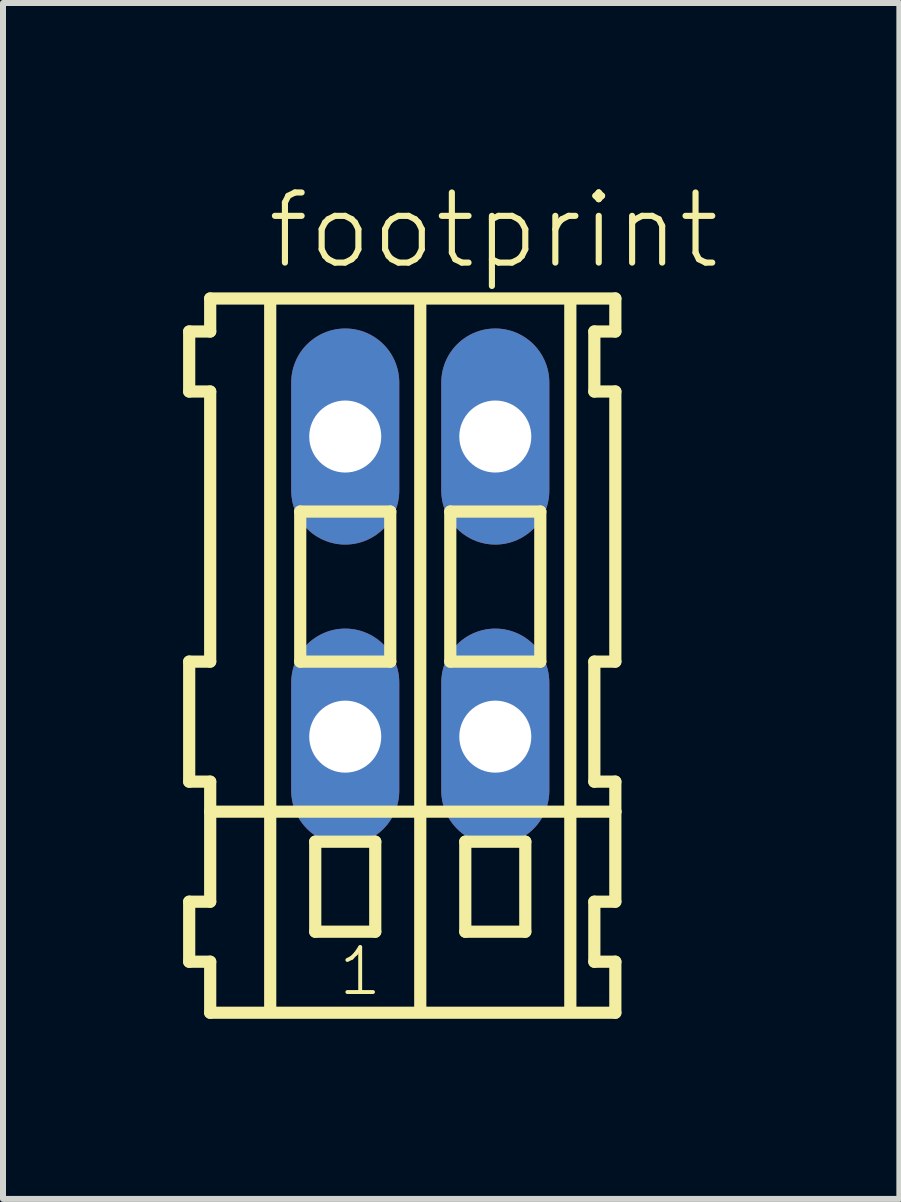
<source format=kicad_pcb>
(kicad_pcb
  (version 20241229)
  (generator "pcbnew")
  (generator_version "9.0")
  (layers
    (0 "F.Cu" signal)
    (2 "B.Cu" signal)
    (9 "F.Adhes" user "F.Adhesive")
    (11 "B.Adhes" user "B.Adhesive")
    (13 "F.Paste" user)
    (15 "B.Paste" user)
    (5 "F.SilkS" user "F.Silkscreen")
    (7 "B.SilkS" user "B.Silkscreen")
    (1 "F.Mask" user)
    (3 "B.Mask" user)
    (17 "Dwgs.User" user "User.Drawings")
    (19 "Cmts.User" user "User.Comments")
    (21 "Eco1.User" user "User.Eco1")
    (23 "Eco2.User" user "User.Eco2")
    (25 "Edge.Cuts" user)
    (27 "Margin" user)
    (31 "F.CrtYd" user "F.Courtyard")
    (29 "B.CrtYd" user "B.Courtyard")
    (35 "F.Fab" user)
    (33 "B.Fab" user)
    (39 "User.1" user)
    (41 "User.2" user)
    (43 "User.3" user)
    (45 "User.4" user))
  (footprint "footprint"
    (layer "F.Cu")
    (at 3.952 6.723)
    (property "Reference" "footprint" (at -2.6 -5.25 0) (layer "F.SilkS") (effects (font (size 1.168 1.168) (thickness 0.102)) (justify left bottom)))
    (fp_line (start -3.85 -4.25) (end -3.85 -3.25) (stroke (width 0.203) (type solid)) (layer "F.SilkS"))
    (fp_line (start -3.85 -3.25) (end -3.5 -3.25) (stroke (width 0.203) (type solid)) (layer "F.SilkS"))
    (fp_line (start -3.85 1.25) (end -3.85 3.25) (stroke (width 0.203) (type solid)) (layer "F.SilkS"))
    (fp_line (start -3.85 3.25) (end -3.5 3.25) (stroke (width 0.203) (type solid)) (layer "F.SilkS"))
    (fp_line (start -3.85 5.25) (end -3.85 6.25) (stroke (width 0.203) (type solid)) (layer "F.SilkS"))
    (fp_line (start -3.85 6.25) (end -3.5 6.25) (stroke (width 0.203) (type solid)) (layer "F.SilkS"))
    (fp_line (start -3.5 -4.8) (end -3.5 -4.25) (stroke (width 0.203) (type solid)) (layer "F.SilkS"))
    (fp_line (start -3.5 -4.25) (end -3.85 -4.25) (stroke (width 0.203) (type solid)) (layer "F.SilkS"))
    (fp_line (start -3.5 -3.25) (end -3.5 1.25) (stroke (width 0.203) (type solid)) (layer "F.SilkS"))
    (fp_line (start -3.5 1.25) (end -3.85 1.25) (stroke (width 0.203) (type solid)) (layer "F.SilkS"))
    (fp_line (start -3.5 3.25) (end -3.5 5.25) (stroke (width 0.203) (type solid)) (layer "F.SilkS"))
    (fp_line (start -3.5 3.75) (end 3.25 3.75) (stroke (width 0.203) (type solid)) (layer "F.SilkS"))
    (fp_line (start -3.5 5.25) (end -3.85 5.25) (stroke (width 0.203) (type solid)) (layer "F.SilkS"))
    (fp_line (start -3.5 6.25) (end -3.5 7.1) (stroke (width 0.203) (type solid)) (layer "F.SilkS"))
    (fp_line (start -3.5 7.1) (end 3.25 7.1) (stroke (width 0.203) (type solid)) (layer "F.SilkS"))
    (fp_line (start -2.5 -4.75) (end -2.5 7) (stroke (width 0.203) (type solid)) (layer "F.SilkS"))
    (fp_line (start -2 -1.25) (end -2 1.25) (stroke (width 0.203) (type solid)) (layer "F.SilkS"))
    (fp_line (start -2 1.25) (end -0.5 1.25) (stroke (width 0.203) (type solid)) (layer "F.SilkS"))
    (fp_line (start -1.75 4.25) (end -1.75 5.75) (stroke (width 0.203) (type solid)) (layer "F.SilkS"))
    (fp_line (start -1.75 5.75) (end -0.75 5.75) (stroke (width 0.203) (type solid)) (layer "F.SilkS"))
    (fp_line (start -0.75 4.25) (end -1.75 4.25) (stroke (width 0.203) (type solid)) (layer "F.SilkS"))
    (fp_line (start -0.75 5.75) (end -0.75 4.25) (stroke (width 0.203) (type solid)) (layer "F.SilkS"))
    (fp_line (start -0.5 -1.25) (end -2 -1.25) (stroke (width 0.203) (type solid)) (layer "F.SilkS"))
    (fp_line (start -0.5 1.25) (end -0.5 -1.25) (stroke (width 0.203) (type solid)) (layer "F.SilkS"))
    (fp_line (start 0 -4.75) (end 0 7) (stroke (width 0.203) (type solid)) (layer "F.SilkS"))
    (fp_line (start 0.5 -1.25) (end 0.5 1.25) (stroke (width 0.203) (type solid)) (layer "F.SilkS"))
    (fp_line (start 0.5 1.25) (end 2 1.25) (stroke (width 0.203) (type solid)) (layer "F.SilkS"))
    (fp_line (start 0.75 4.25) (end 0.75 5.75) (stroke (width 0.203) (type solid)) (layer "F.SilkS"))
    (fp_line (start 0.75 5.75) (end 1.75 5.75) (stroke (width 0.203) (type solid)) (layer "F.SilkS"))
    (fp_line (start 1.75 4.25) (end 0.75 4.25) (stroke (width 0.203) (type solid)) (layer "F.SilkS"))
    (fp_line (start 1.75 5.75) (end 1.75 4.25) (stroke (width 0.203) (type solid)) (layer "F.SilkS"))
    (fp_line (start 2 -1.25) (end 0.5 -1.25) (stroke (width 0.203) (type solid)) (layer "F.SilkS"))
    (fp_line (start 2 1.25) (end 2 -1.25) (stroke (width 0.203) (type solid)) (layer "F.SilkS"))
    (fp_line (start 2.5 -4.75) (end 2.5 7) (stroke (width 0.203) (type solid)) (layer "F.SilkS"))
    (fp_line (start 2.9 -4.25) (end 2.9 -3.25) (stroke (width 0.203) (type solid)) (layer "F.SilkS"))
    (fp_line (start 2.9 -3.25) (end 3.25 -3.25) (stroke (width 0.203) (type solid)) (layer "F.SilkS"))
    (fp_line (start 2.9 1.25) (end 2.9 3.25) (stroke (width 0.203) (type solid)) (layer "F.SilkS"))
    (fp_line (start 2.9 3.25) (end 3.25 3.25) (stroke (width 0.203) (type solid)) (layer "F.SilkS"))
    (fp_line (start 2.9 5.25) (end 2.9 6.25) (stroke (width 0.203) (type solid)) (layer "F.SilkS"))
    (fp_line (start 2.9 6.25) (end 3.25 6.25) (stroke (width 0.203) (type solid)) (layer "F.SilkS"))
    (fp_line (start 3.25 -4.8) (end -3.5 -4.8) (stroke (width 0.203) (type solid)) (layer "F.SilkS"))
    (fp_line (start 3.25 -4.25) (end 2.9 -4.25) (stroke (width 0.203) (type solid)) (layer "F.SilkS"))
    (fp_line (start 3.25 -4.25) (end 3.25 -4.8) (stroke (width 0.203) (type solid)) (layer "F.SilkS"))
    (fp_line (start 3.25 1.25) (end 2.9 1.25) (stroke (width 0.203) (type solid)) (layer "F.SilkS"))
    (fp_line (start 3.25 1.25) (end 3.25 -3.25) (stroke (width 0.203) (type solid)) (layer "F.SilkS"))
    (fp_line (start 3.25 3.75) (end 3.25 3.25) (stroke (width 0.203) (type solid)) (layer "F.SilkS"))
    (fp_line (start 3.25 5.25) (end 2.9 5.25) (stroke (width 0.203) (type solid)) (layer "F.SilkS"))
    (fp_line (start 3.25 5.25) (end 3.25 3.75) (stroke (width 0.203) (type solid)) (layer "F.SilkS"))
    (fp_line (start 3.25 7.1) (end 3.25 6.25) (stroke (width 0.203) (type solid)) (layer "F.SilkS"))
    (fp_text user "1" (at -1.4 6.85 0) (layer "F.SilkS") (effects (font (size 0.748 0.748) (thickness 0.065)) (justify left bottom)))
    (pad "A1" thru_hole oval (at -1.25 -2.5 90) (size 3.6 1.8) (drill 1.2) (layers "*.Cu" "*.Mask"))
    (pad "A2" thru_hole oval (at 1.25 -2.5 90) (size 3.6 1.8) (drill 1.2) (layers "*.Cu" "*.Mask"))
    (pad "B1" thru_hole oval (at -1.25 2.5 90) (size 3.6 1.8) (drill 1.2) (layers "*.Cu" "*.Mask"))
    (pad "B2" thru_hole oval (at 1.25 2.5 90) (size 3.6 1.8) (drill 1.2) (layers "*.Cu" "*.Mask")))
  (gr_rect
    (start -3 -3)
    (end 11.934 16.925)
    (stroke (width 0.1) (type default))
    (fill no)
    (layer "Edge.Cuts")))
</source>
